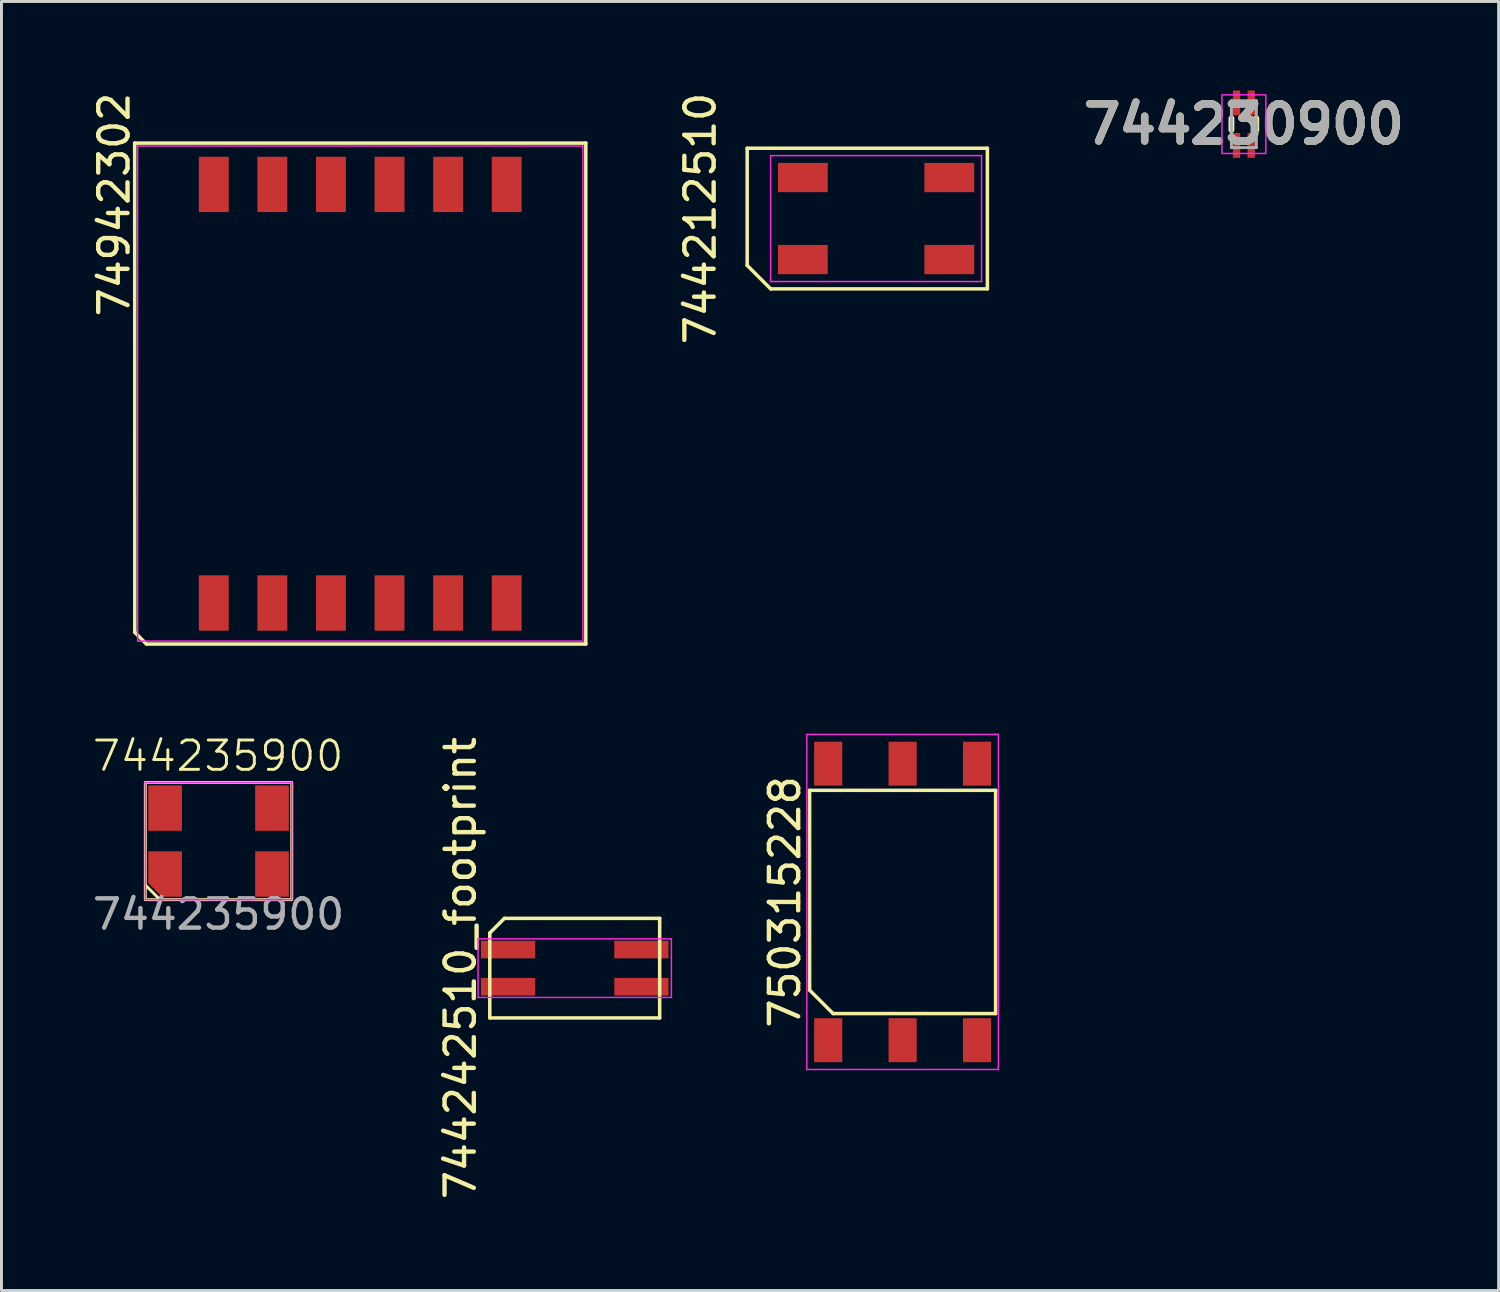
<source format=kicad_pcb>
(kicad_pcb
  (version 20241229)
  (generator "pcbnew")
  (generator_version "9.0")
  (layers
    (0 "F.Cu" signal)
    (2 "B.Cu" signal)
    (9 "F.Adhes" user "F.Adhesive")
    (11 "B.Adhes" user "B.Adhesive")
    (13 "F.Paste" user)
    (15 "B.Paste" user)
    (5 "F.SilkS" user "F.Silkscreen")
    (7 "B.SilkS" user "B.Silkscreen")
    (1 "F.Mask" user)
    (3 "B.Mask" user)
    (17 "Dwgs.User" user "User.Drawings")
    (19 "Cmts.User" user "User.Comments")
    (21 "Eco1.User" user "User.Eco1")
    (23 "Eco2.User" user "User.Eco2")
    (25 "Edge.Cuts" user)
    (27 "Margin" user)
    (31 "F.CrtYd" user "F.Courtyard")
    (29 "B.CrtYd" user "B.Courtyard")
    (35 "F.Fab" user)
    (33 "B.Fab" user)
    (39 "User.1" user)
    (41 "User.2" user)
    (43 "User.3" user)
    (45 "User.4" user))
  (footprint "744212510"
    (layer "F.Cu")
    (at 26.857 4.411)
    (property "Reference" "744212510" (at -6 0 90) (layer "F.SilkS") (effects (font (size 1 1) (thickness 0.15))))
    (attr smd)
    (fp_line (start -4.4 -2.4) (end 3.8 -2.4) (stroke (width 0.12) (type solid)) (layer "F.SilkS"))
    (fp_line (start -4.4 1.6) (end -4.4 -2.4) (stroke (width 0.12) (type solid)) (layer "F.SilkS"))
    (fp_line (start -3.6 2.4) (end -4.4 1.6) (stroke (width 0.12) (type solid)) (layer "F.SilkS"))
    (fp_line (start 3.8 -2.4) (end 3.8 2.4) (stroke (width 0.12) (type solid)) (layer "F.SilkS"))
    (fp_line (start 3.8 2.4) (end -3.6 2.4) (stroke (width 0.12) (type solid)) (layer "F.SilkS"))
    (fp_line (start -3.6 -2.15) (end 3.6 -2.15) (stroke (width 0.05) (type solid)) (layer "F.CrtYd"))
    (fp_line (start -3.6 2.15) (end -3.6 -2.15) (stroke (width 0.05) (type solid)) (layer "F.CrtYd"))
    (fp_line (start 3.6 -2.15) (end 3.6 2.15) (stroke (width 0.05) (type solid)) (layer "F.CrtYd"))
    (fp_line (start 3.6 2.15) (end -3.6 2.15) (stroke (width 0.05) (type solid)) (layer "F.CrtYd"))
    (pad "1" smd rect (at -2.5 1.4) (size 1.7 1) (layers "F.Cu" "F.Mask" "F.Paste"))
    (pad "2" smd rect (at 2.5 1.4) (size 1.7 1) (layers "F.Cu" "F.Mask" "F.Paste"))
    (pad "3" smd rect (at 2.5 -1.4) (size 1.7 1) (layers "F.Cu" "F.Mask" "F.Paste"))
    (pad "4" smd rect (at -2.5 -1.4) (size 1.7 1) (layers "F.Cu" "F.Mask" "F.Paste")))
  (footprint "744235900"
    (layer "F.Cu")
    (at 4.411 25.662)
    (property "Reference" "744235900" (at -0.017 -2.907 0) (unlocked yes) (layer "F.SilkS") (effects (font (size 1 1) (thickness 0.1))))
    (attr smd)
    (fp_line (start -2.5 1.5) (end -2 2) (stroke (width 0.1) (type default)) (layer "F.SilkS"))
    (fp_rect (start -2.5 -2) (end 2.5 2) (stroke (width 0.1) (type default)) (fill no) (layer "F.SilkS"))
    (fp_rect (start -2.5 -2) (end 2.5 2) (stroke (width 0.05) (type default)) (fill no) (layer "F.CrtYd"))
    (fp_text user "${REFERENCE}" (at 0 2.5 0) (unlocked yes) (layer "F.Fab") (effects (font (size 1 1) (thickness 0.15))))
    (pad "1" smd roundrect (at -1.825 1.125) (size 1.15 1.55) (layers "F.Cu" "F.Mask" "F.Paste") (roundrect_rratio 0) (chamfer_ratio 0.4) (chamfer bottom_left))
    (pad "2" smd rect (at 1.825 1.125) (size 1.15 1.55) (layers "F.Cu" "F.Mask" "F.Paste"))
    (pad "3" smd rect (at 1.825 -1.125) (size 1.15 1.55) (layers "F.Cu" "F.Mask" "F.Paste"))
    (pad "4" smd rect (at -1.825 -1.125) (size 1.15 1.55) (layers "F.Cu" "F.Mask" "F.Paste")))
  (footprint "750315228"
    (layer "F.Cu")
    (at 27.763 27.74)
    (property "Reference" "750315228" (at -4.02 0 90) (layer "F.SilkS") (effects (font (size 1 1) (thickness 0.15))))
    (attr smd)
    (fp_line (start -3.175 -3.81) (end 3.175 -3.81) (stroke (width 0.12) (type solid)) (layer "F.SilkS"))
    (fp_line (start -3.175 3.01) (end -3.175 -3.81) (stroke (width 0.12) (type solid)) (layer "F.SilkS"))
    (fp_line (start -2.375 3.81) (end -3.175 3.01) (stroke (width 0.12) (type solid)) (layer "F.SilkS"))
    (fp_line (start 3.175 -3.81) (end 3.175 3.81) (stroke (width 0.12) (type solid)) (layer "F.SilkS"))
    (fp_line (start 3.175 3.81) (end -2.375 3.81) (stroke (width 0.12) (type solid)) (layer "F.SilkS"))
    (fp_line (start -3.27 -5.72) (end 3.27 -5.72) (stroke (width 0.05) (type solid)) (layer "F.CrtYd"))
    (fp_line (start -3.27 5.72) (end -3.27 -5.72) (stroke (width 0.05) (type solid)) (layer "F.CrtYd"))
    (fp_line (start 3.27 -5.72) (end 3.27 5.72) (stroke (width 0.05) (type solid)) (layer "F.CrtYd"))
    (fp_line (start 3.27 5.72) (end -3.27 5.72) (stroke (width 0.05) (type solid)) (layer "F.CrtYd"))
    (pad "1" smd rect (at -2.54 4.72) (size 0.96 1.5) (layers "F.Cu" "F.Mask" "F.Paste"))
    (pad "2" smd rect (at 0 4.72) (size 0.96 1.5) (layers "F.Cu" "F.Mask" "F.Paste"))
    (pad "3" smd rect (at 2.54 4.72) (size 0.96 1.5) (layers "F.Cu" "F.Mask" "F.Paste"))
    (pad "4" smd rect (at 2.54 -4.72) (size 0.96 1.5) (layers "F.Cu" "F.Mask" "F.Paste"))
    (pad "5" smd rect (at 0 -4.72) (size 0.96 1.5) (layers "F.Cu" "F.Mask" "F.Paste"))
    (pad "6" smd rect (at -2.54 -4.72) (size 0.96 1.5) (layers "F.Cu" "F.Mask" "F.Paste")))
  (footprint "744230900"
    (layer "F.Cu")
    (at 39.413 1.189)
    (property "Reference" "744230900" (at 0 0 0) (layer "F.SilkS") (effects (font (size 1.27 1.27) (thickness 0.254))))
    (attr smd)
    (fp_line (start -0.425 -0.2) (end -0.425 0.2) (stroke (width 0.2) (type solid)) (layer "F.SilkS"))
    (fp_line (start 0.425 -0.2) (end 0.425 0.2) (stroke (width 0.2) (type solid)) (layer "F.SilkS"))
    (fp_rect (start -0.75 -1) (end 0.75 1) (stroke (width 0.05) (type default)) (fill no) (layer "F.CrtYd"))
    (fp_line (start -0.425 -0.8) (end 0.425 -0.8) (stroke (width 0.1) (type solid)) (layer "F.Fab"))
    (fp_line (start -0.425 0.8) (end -0.425 -0.8) (stroke (width 0.1) (type solid)) (layer "F.Fab"))
    (fp_line (start 0.425 -0.8) (end 0.425 0.8) (stroke (width 0.1) (type solid)) (layer "F.Fab"))
    (fp_line (start 0.425 0.8) (end -0.425 0.8) (stroke (width 0.1) (type solid)) (layer "F.Fab"))
    (fp_text user "${REFERENCE}" (at 0 0 0) (layer "F.Fab") (effects (font (size 1.27 1.27) (thickness 0.254))))
    (pad "1" smd rect (at -0.25 0.725) (size 0.25 0.85) (layers "F.Cu" "F.Mask" "F.Paste"))
    (pad "2" smd rect (at -0.25 -0.725) (size 0.25 0.85) (layers "F.Cu" "F.Mask" "F.Paste"))
    (pad "3" smd rect (at 0.25 -0.725) (size 0.25 0.85) (layers "F.Cu" "F.Mask" "F.Paste"))
    (pad "4" smd rect (at 0.25 0.725) (size 0.25 0.85) (layers "F.Cu" "F.Mask" "F.Paste")))
  (footprint "744242510_footprint"
    (layer "F.Cu")
    (at 16.57 30)
    (property "Reference" "744242510_footprint" (at -3.9 0 90) (layer "F.SilkS") (effects (font (size 1 1) (thickness 0.15))))
    (attr smd)
    (fp_line (start -2.9 -1.2) (end -2.4 -1.7) (stroke (width 0.12) (type solid)) (layer "F.SilkS"))
    (fp_line (start -2.9 1.7) (end -2.9 -1.2) (stroke (width 0.12) (type solid)) (layer "F.SilkS"))
    (fp_line (start -2.4 -1.7) (end 2.9 -1.7) (stroke (width 0.12) (type solid)) (layer "F.SilkS"))
    (fp_line (start 2.9 -1.7) (end 2.9 1.7) (stroke (width 0.12) (type solid)) (layer "F.SilkS"))
    (fp_line (start 2.9 1.7) (end -2.9 1.7) (stroke (width 0.12) (type solid)) (layer "F.SilkS"))
    (fp_line (start -3.3 -1) (end 3.3 -1) (stroke (width 0.05) (type solid)) (layer "F.CrtYd"))
    (fp_line (start -3.3 1) (end -3.3 -1) (stroke (width 0.05) (type solid)) (layer "F.CrtYd"))
    (fp_line (start 3.3 -1) (end 3.3 1) (stroke (width 0.05) (type solid)) (layer "F.CrtYd"))
    (fp_line (start 3.3 1) (end -3.3 1) (stroke (width 0.05) (type solid)) (layer "F.CrtYd"))
    (pad "1" smd rect (at -2.275 -0.635) (size 1.85 0.6) (layers "F.Cu" "F.Mask" "F.Paste"))
    (pad "2" smd rect (at -2.275 0.635) (size 1.85 0.6) (layers "F.Cu" "F.Mask" "F.Paste"))
    (pad "3" smd rect (at 2.275 0.635) (size 1.85 0.6) (layers "F.Cu" "F.Mask" "F.Paste"))
    (pad "4" smd rect (at 2.275 -0.635) (size 1.85 0.6) (layers "F.Cu" "F.Mask" "F.Paste")))
  (footprint "74942302"
    (layer "F.Cu")
    (at 4.248 17.535)
    (property "Reference" "74942302" (at -3.4 -13.6 90) (layer "F.SilkS") (effects (font (size 1 1) (thickness 0.15))))
    (attr smd)
    (fp_line (start -2.7 -15.7) (end 12.7 -15.7) (stroke (width 0.12) (type solid)) (layer "F.SilkS"))
    (fp_line (start -2.697 1) (end -2.7 -15.7) (stroke (width 0.12) (type solid)) (layer "F.SilkS"))
    (fp_line (start -2.3 1.4) (end -2.697 1) (stroke (width 0.12) (type solid)) (layer "F.SilkS"))
    (fp_line (start 12.7 -15.7) (end 12.7 1.4) (stroke (width 0.12) (type solid)) (layer "F.SilkS"))
    (fp_line (start 12.7 1.4) (end -2.3 1.4) (stroke (width 0.12) (type solid)) (layer "F.SilkS"))
    (fp_line (start -2.6 -15.6) (end 12.6 -15.6) (stroke (width 0.05) (type solid)) (layer "F.CrtYd"))
    (fp_line (start -2.6 1.3) (end -2.6 -15.6) (stroke (width 0.05) (type solid)) (layer "F.CrtYd"))
    (fp_line (start 12.6 -15.6) (end 12.6 1.3) (stroke (width 0.05) (type solid)) (layer "F.CrtYd"))
    (fp_line (start 12.6 1.3) (end -2.6 1.3) (stroke (width 0.05) (type solid)) (layer "F.CrtYd"))
    (pad "1" smd rect (at 0 0) (size 1.02 1.89) (layers "F.Cu" "F.Mask" "F.Paste"))
    (pad "2" smd rect (at 2 0) (size 1.02 1.89) (layers "F.Cu" "F.Mask" "F.Paste"))
    (pad "3" smd rect (at 4 0) (size 1.02 1.89) (layers "F.Cu" "F.Mask" "F.Paste"))
    (pad "4" smd rect (at 6 0) (size 1.02 1.89) (layers "F.Cu" "F.Mask" "F.Paste"))
    (pad "5" smd rect (at 8 0) (size 1.02 1.89) (layers "F.Cu" "F.Mask" "F.Paste"))
    (pad "6" smd rect (at 10 0) (size 1.02 1.89) (layers "F.Cu" "F.Mask" "F.Paste"))
    (pad "7" smd rect (at 10 -14.29) (size 1.02 1.89) (layers "F.Cu" "F.Mask" "F.Paste"))
    (pad "8" smd rect (at 8 -14.29) (size 1.02 1.89) (layers "F.Cu" "F.Mask" "F.Paste"))
    (pad "9" smd rect (at 6 -14.29) (size 1.02 1.89) (layers "F.Cu" "F.Mask" "F.Paste"))
    (pad "10" smd rect (at 4 -14.29) (size 1.02 1.89) (layers "F.Cu" "F.Mask" "F.Paste"))
    (pad "11" smd rect (at 2 -14.29) (size 1.02 1.89) (layers "F.Cu" "F.Mask" "F.Paste"))
    (pad "12" smd rect (at 0 -14.29) (size 1.02 1.89) (layers "F.Cu" "F.Mask" "F.Paste")))
  (gr_rect
    (start -3 -3)
    (end 48.11 41.006)
    (stroke (width 0.1) (type default))
    (fill no)
    (layer "Edge.Cuts")))
</source>
